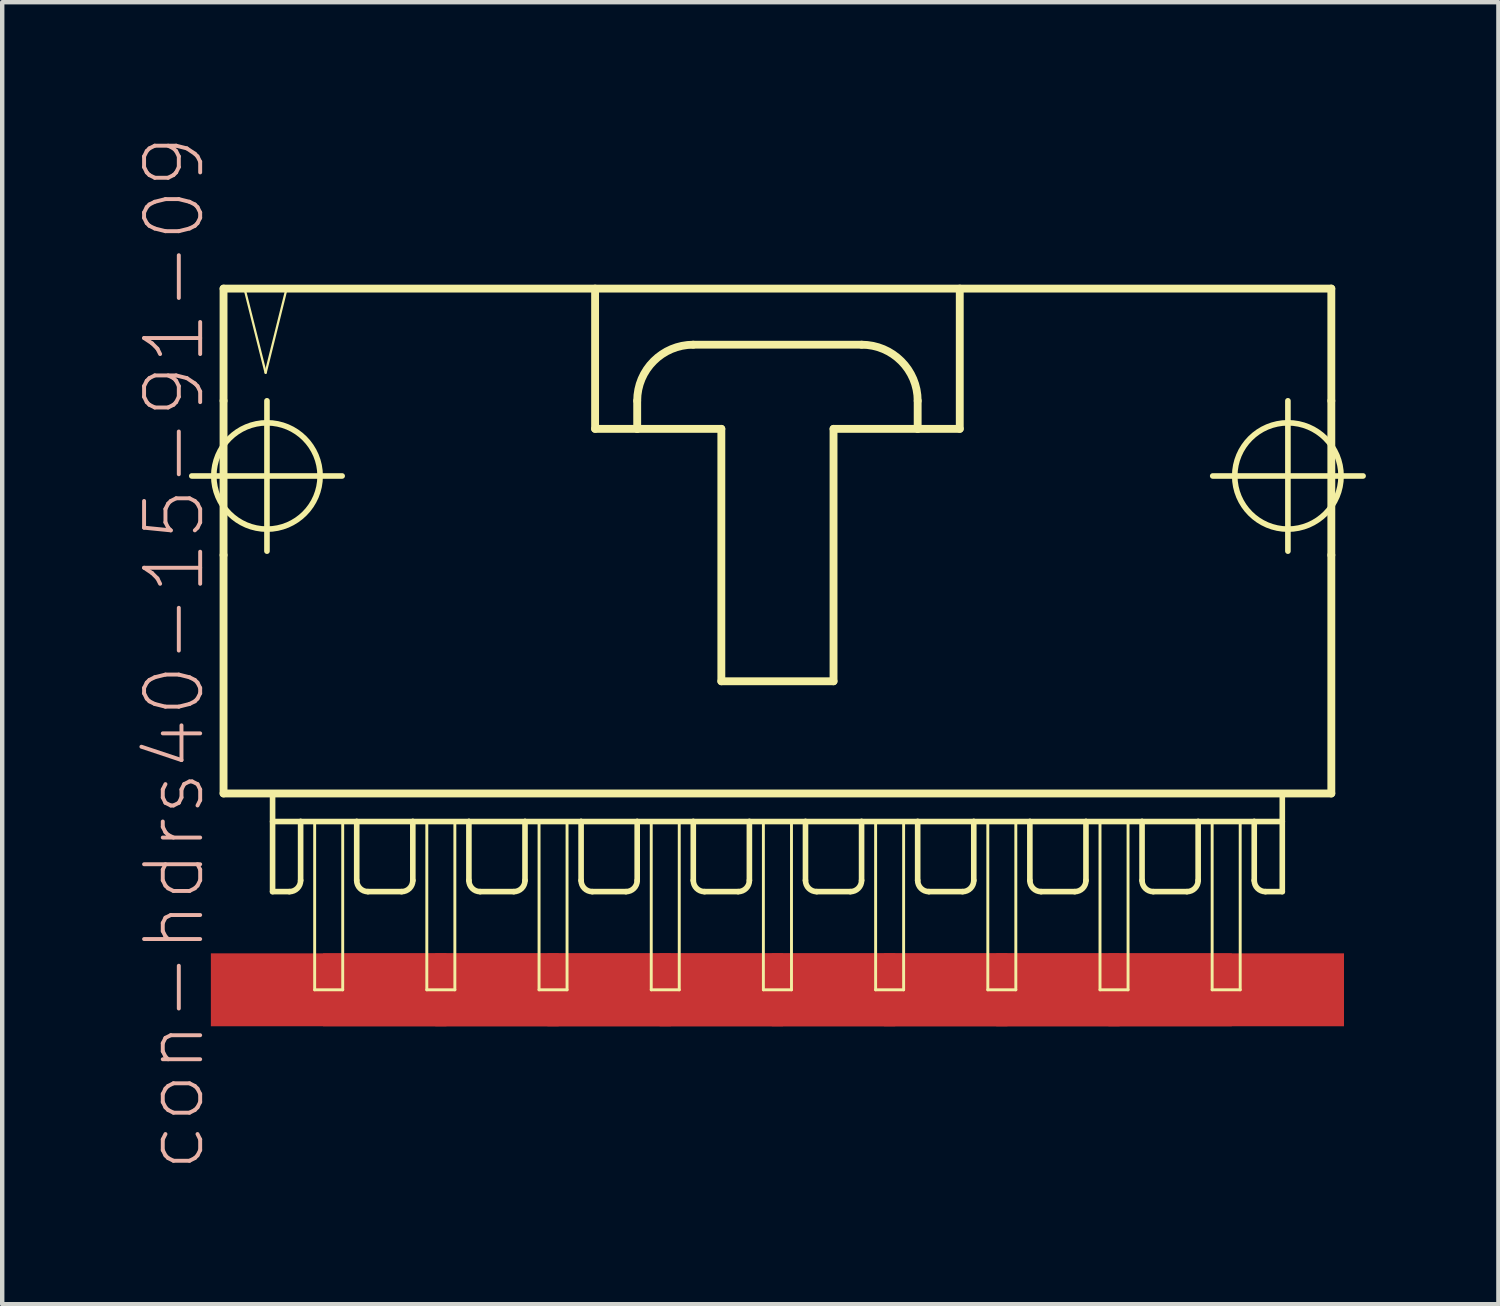
<source format=kicad_pcb>
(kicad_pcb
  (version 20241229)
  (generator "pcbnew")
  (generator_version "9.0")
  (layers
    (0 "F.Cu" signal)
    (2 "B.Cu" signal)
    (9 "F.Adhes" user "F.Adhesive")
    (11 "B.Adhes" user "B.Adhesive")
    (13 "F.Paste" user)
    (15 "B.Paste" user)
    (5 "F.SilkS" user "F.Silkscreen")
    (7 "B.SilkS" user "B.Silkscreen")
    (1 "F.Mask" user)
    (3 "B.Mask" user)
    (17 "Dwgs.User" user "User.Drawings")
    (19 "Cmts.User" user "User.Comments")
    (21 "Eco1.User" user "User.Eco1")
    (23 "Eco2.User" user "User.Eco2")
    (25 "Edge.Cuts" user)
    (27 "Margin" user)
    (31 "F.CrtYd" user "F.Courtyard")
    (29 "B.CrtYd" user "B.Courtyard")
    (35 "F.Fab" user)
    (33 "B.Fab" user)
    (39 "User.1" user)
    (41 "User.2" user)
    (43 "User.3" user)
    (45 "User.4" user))
  (footprint "con-hdrs40-15-91-09"
    (layer "F.Cu")
    (at 14.551 8.564)
    (property "Reference" "con-hdrs40-15-91-09" (at -13.652 3.175 90) (layer "B.SilkS") (effects (font (size 1.27 1.27) (thickness 0.089))))
    (attr smd)
    (fp_line (start -13.259 -0.838) (end -9.855 -0.838) (stroke (width 0.127) (type solid)) (layer "F.SilkS"))
    (fp_line (start -12.54 -5.08) (end -12.54 -2.54) (stroke (width 0.178) (type solid)) (layer "F.SilkS"))
    (fp_line (start -12.54 -2.54) (end -12.54 0.953) (stroke (width 0.178) (type solid)) (layer "F.SilkS"))
    (fp_line (start -12.54 0.953) (end -12.54 6.35) (stroke (width 0.178) (type solid)) (layer "F.SilkS"))
    (fp_line (start -12.54 6.35) (end 12.54 6.35) (stroke (width 0.178) (type solid)) (layer "F.SilkS"))
    (fp_line (start -12.065 -5.08) (end -11.587 -3.175) (stroke (width 0.051) (type solid)) (layer "F.SilkS"))
    (fp_line (start -11.587 -3.175) (end -11.113 -5.08) (stroke (width 0.051) (type solid)) (layer "F.SilkS"))
    (fp_line (start -11.557 0.864) (end -11.557 -2.54) (stroke (width 0.127) (type solid)) (layer "F.SilkS"))
    (fp_line (start -11.43 6.35) (end -11.43 8.572) (stroke (width 0.127) (type solid)) (layer "F.SilkS"))
    (fp_line (start -11.43 6.985) (end -10.795 6.985) (stroke (width 0.127) (type solid)) (layer "F.SilkS"))
    (fp_line (start -11.113 -5.08) (end -12.065 -5.08) (stroke (width 0.051) (type solid)) (layer "F.SilkS"))
    (fp_line (start -11.049 8.572) (end -11.43 8.572) (stroke (width 0.127) (type solid)) (layer "F.SilkS"))
    (fp_line (start -10.795 6.985) (end -10.795 8.319) (stroke (width 0.127) (type solid)) (layer "F.SilkS"))
    (fp_line (start -10.795 6.985) (end -9.525 6.985) (stroke (width 0.127) (type solid)) (layer "F.SilkS"))
    (fp_line (start -10.477 6.985) (end -9.842 6.985) (stroke (width 0.066) (type solid)) (layer "F.SilkS"))
    (fp_line (start -10.477 10.795) (end -10.477 6.985) (stroke (width 0.066) (type solid)) (layer "F.SilkS"))
    (fp_line (start -10.477 10.795) (end -9.842 10.795) (stroke (width 0.066) (type solid)) (layer "F.SilkS"))
    (fp_line (start -9.842 10.795) (end -9.842 6.985) (stroke (width 0.066) (type solid)) (layer "F.SilkS"))
    (fp_line (start -9.525 6.985) (end -9.525 8.319) (stroke (width 0.127) (type solid)) (layer "F.SilkS"))
    (fp_line (start -9.525 6.985) (end -8.255 6.985) (stroke (width 0.127) (type solid)) (layer "F.SilkS"))
    (fp_line (start -8.509 8.572) (end -9.271 8.572) (stroke (width 0.127) (type solid)) (layer "F.SilkS"))
    (fp_line (start -8.255 6.985) (end -8.255 8.319) (stroke (width 0.127) (type solid)) (layer "F.SilkS"))
    (fp_line (start -8.255 6.985) (end -6.985 6.985) (stroke (width 0.127) (type solid)) (layer "F.SilkS"))
    (fp_line (start -7.938 6.985) (end -7.303 6.985) (stroke (width 0.066) (type solid)) (layer "F.SilkS"))
    (fp_line (start -7.938 10.795) (end -7.938 6.985) (stroke (width 0.066) (type solid)) (layer "F.SilkS"))
    (fp_line (start -7.938 10.795) (end -7.303 10.795) (stroke (width 0.066) (type solid)) (layer "F.SilkS"))
    (fp_line (start -7.303 10.795) (end -7.303 6.985) (stroke (width 0.066) (type solid)) (layer "F.SilkS"))
    (fp_line (start -6.985 6.985) (end -6.985 8.319) (stroke (width 0.127) (type solid)) (layer "F.SilkS"))
    (fp_line (start -6.985 6.985) (end -5.715 6.985) (stroke (width 0.127) (type solid)) (layer "F.SilkS"))
    (fp_line (start -5.969 8.572) (end -6.731 8.572) (stroke (width 0.127) (type solid)) (layer "F.SilkS"))
    (fp_line (start -5.715 6.985) (end -5.715 8.319) (stroke (width 0.127) (type solid)) (layer "F.SilkS"))
    (fp_line (start -5.715 6.985) (end -4.445 6.985) (stroke (width 0.127) (type solid)) (layer "F.SilkS"))
    (fp_line (start -5.397 6.985) (end -4.763 6.985) (stroke (width 0.066) (type solid)) (layer "F.SilkS"))
    (fp_line (start -5.397 10.795) (end -5.397 6.985) (stroke (width 0.066) (type solid)) (layer "F.SilkS"))
    (fp_line (start -5.397 10.795) (end -4.763 10.795) (stroke (width 0.066) (type solid)) (layer "F.SilkS"))
    (fp_line (start -4.763 10.795) (end -4.763 6.985) (stroke (width 0.066) (type solid)) (layer "F.SilkS"))
    (fp_line (start -4.445 6.985) (end -4.445 8.319) (stroke (width 0.127) (type solid)) (layer "F.SilkS"))
    (fp_line (start -4.445 6.985) (end -3.175 6.985) (stroke (width 0.127) (type solid)) (layer "F.SilkS"))
    (fp_line (start -4.128 -5.08) (end -4.128 -1.905) (stroke (width 0.178) (type solid)) (layer "F.SilkS"))
    (fp_line (start -4.128 -1.905) (end -3.175 -1.905) (stroke (width 0.178) (type solid)) (layer "F.SilkS"))
    (fp_line (start -3.429 8.572) (end -4.191 8.572) (stroke (width 0.127) (type solid)) (layer "F.SilkS"))
    (fp_line (start -3.175 -1.905) (end -3.175 -2.54) (stroke (width 0.178) (type solid)) (layer "F.SilkS"))
    (fp_line (start -3.175 -1.905) (end -1.27 -1.905) (stroke (width 0.178) (type solid)) (layer "F.SilkS"))
    (fp_line (start -3.175 6.985) (end -3.175 8.319) (stroke (width 0.127) (type solid)) (layer "F.SilkS"))
    (fp_line (start -3.175 6.985) (end -1.905 6.985) (stroke (width 0.127) (type solid)) (layer "F.SilkS"))
    (fp_line (start -2.857 6.985) (end -2.223 6.985) (stroke (width 0.066) (type solid)) (layer "F.SilkS"))
    (fp_line (start -2.857 10.795) (end -2.857 6.985) (stroke (width 0.066) (type solid)) (layer "F.SilkS"))
    (fp_line (start -2.857 10.795) (end -2.223 10.795) (stroke (width 0.066) (type solid)) (layer "F.SilkS"))
    (fp_line (start -2.223 10.795) (end -2.223 6.985) (stroke (width 0.066) (type solid)) (layer "F.SilkS"))
    (fp_line (start -1.905 -3.81) (end 1.905 -3.81) (stroke (width 0.178) (type solid)) (layer "F.SilkS"))
    (fp_line (start -1.905 6.985) (end -1.905 8.319) (stroke (width 0.127) (type solid)) (layer "F.SilkS"))
    (fp_line (start -1.905 6.985) (end -0.635 6.985) (stroke (width 0.127) (type solid)) (layer "F.SilkS"))
    (fp_line (start -1.27 -1.905) (end -1.27 3.81) (stroke (width 0.178) (type solid)) (layer "F.SilkS"))
    (fp_line (start -1.27 3.81) (end 1.27 3.81) (stroke (width 0.178) (type solid)) (layer "F.SilkS"))
    (fp_line (start -0.889 8.572) (end -1.651 8.572) (stroke (width 0.127) (type solid)) (layer "F.SilkS"))
    (fp_line (start -0.635 6.985) (end -0.635 8.319) (stroke (width 0.127) (type solid)) (layer "F.SilkS"))
    (fp_line (start -0.635 6.985) (end 0.635 6.985) (stroke (width 0.127) (type solid)) (layer "F.SilkS"))
    (fp_line (start -0.318 6.985) (end 0.318 6.985) (stroke (width 0.066) (type solid)) (layer "F.SilkS"))
    (fp_line (start -0.318 10.795) (end -0.318 6.985) (stroke (width 0.066) (type solid)) (layer "F.SilkS"))
    (fp_line (start -0.318 10.795) (end 0.318 10.795) (stroke (width 0.066) (type solid)) (layer "F.SilkS"))
    (fp_line (start 0.318 10.795) (end 0.318 6.985) (stroke (width 0.066) (type solid)) (layer "F.SilkS"))
    (fp_line (start 0.635 6.985) (end 0.635 8.319) (stroke (width 0.127) (type solid)) (layer "F.SilkS"))
    (fp_line (start 0.635 6.985) (end 1.905 6.985) (stroke (width 0.127) (type solid)) (layer "F.SilkS"))
    (fp_line (start 1.27 -1.905) (end 3.175 -1.905) (stroke (width 0.178) (type solid)) (layer "F.SilkS"))
    (fp_line (start 1.27 3.81) (end 1.27 -1.905) (stroke (width 0.178) (type solid)) (layer "F.SilkS"))
    (fp_line (start 1.651 8.572) (end 0.889 8.572) (stroke (width 0.127) (type solid)) (layer "F.SilkS"))
    (fp_line (start 1.905 6.985) (end 1.905 8.319) (stroke (width 0.127) (type solid)) (layer "F.SilkS"))
    (fp_line (start 1.905 6.985) (end 3.175 6.985) (stroke (width 0.127) (type solid)) (layer "F.SilkS"))
    (fp_line (start 2.223 6.985) (end 2.857 6.985) (stroke (width 0.066) (type solid)) (layer "F.SilkS"))
    (fp_line (start 2.223 10.795) (end 2.223 6.985) (stroke (width 0.066) (type solid)) (layer "F.SilkS"))
    (fp_line (start 2.223 10.795) (end 2.857 10.795) (stroke (width 0.066) (type solid)) (layer "F.SilkS"))
    (fp_line (start 2.857 10.795) (end 2.857 6.985) (stroke (width 0.066) (type solid)) (layer "F.SilkS"))
    (fp_line (start 3.175 -2.54) (end 3.175 -1.905) (stroke (width 0.178) (type solid)) (layer "F.SilkS"))
    (fp_line (start 3.175 -1.905) (end 4.128 -1.905) (stroke (width 0.178) (type solid)) (layer "F.SilkS"))
    (fp_line (start 3.175 6.985) (end 3.175 8.319) (stroke (width 0.127) (type solid)) (layer "F.SilkS"))
    (fp_line (start 3.175 6.985) (end 4.445 6.985) (stroke (width 0.127) (type solid)) (layer "F.SilkS"))
    (fp_line (start 4.128 -1.905) (end 4.128 -5.08) (stroke (width 0.178) (type solid)) (layer "F.SilkS"))
    (fp_line (start 4.191 8.572) (end 3.429 8.572) (stroke (width 0.127) (type solid)) (layer "F.SilkS"))
    (fp_line (start 4.445 6.985) (end 4.445 8.319) (stroke (width 0.127) (type solid)) (layer "F.SilkS"))
    (fp_line (start 4.445 6.985) (end 5.715 6.985) (stroke (width 0.127) (type solid)) (layer "F.SilkS"))
    (fp_line (start 4.763 6.985) (end 5.397 6.985) (stroke (width 0.066) (type solid)) (layer "F.SilkS"))
    (fp_line (start 4.763 10.795) (end 4.763 6.985) (stroke (width 0.066) (type solid)) (layer "F.SilkS"))
    (fp_line (start 4.763 10.795) (end 5.397 10.795) (stroke (width 0.066) (type solid)) (layer "F.SilkS"))
    (fp_line (start 5.397 10.795) (end 5.397 6.985) (stroke (width 0.066) (type solid)) (layer "F.SilkS"))
    (fp_line (start 5.715 6.985) (end 5.715 8.319) (stroke (width 0.127) (type solid)) (layer "F.SilkS"))
    (fp_line (start 5.715 6.985) (end 6.985 6.985) (stroke (width 0.127) (type solid)) (layer "F.SilkS"))
    (fp_line (start 6.731 8.572) (end 5.969 8.572) (stroke (width 0.127) (type solid)) (layer "F.SilkS"))
    (fp_line (start 6.985 6.985) (end 6.985 8.319) (stroke (width 0.127) (type solid)) (layer "F.SilkS"))
    (fp_line (start 6.985 6.985) (end 8.255 6.985) (stroke (width 0.127) (type solid)) (layer "F.SilkS"))
    (fp_line (start 7.303 6.985) (end 7.938 6.985) (stroke (width 0.066) (type solid)) (layer "F.SilkS"))
    (fp_line (start 7.303 10.795) (end 7.303 6.985) (stroke (width 0.066) (type solid)) (layer "F.SilkS"))
    (fp_line (start 7.303 10.795) (end 7.938 10.795) (stroke (width 0.066) (type solid)) (layer "F.SilkS"))
    (fp_line (start 7.938 10.795) (end 7.938 6.985) (stroke (width 0.066) (type solid)) (layer "F.SilkS"))
    (fp_line (start 8.255 6.985) (end 8.255 8.319) (stroke (width 0.127) (type solid)) (layer "F.SilkS"))
    (fp_line (start 8.255 6.985) (end 9.525 6.985) (stroke (width 0.127) (type solid)) (layer "F.SilkS"))
    (fp_line (start 9.271 8.572) (end 8.509 8.572) (stroke (width 0.127) (type solid)) (layer "F.SilkS"))
    (fp_line (start 9.525 6.985) (end 9.525 8.319) (stroke (width 0.127) (type solid)) (layer "F.SilkS"))
    (fp_line (start 9.525 6.985) (end 10.795 6.985) (stroke (width 0.127) (type solid)) (layer "F.SilkS"))
    (fp_line (start 9.842 6.985) (end 10.477 6.985) (stroke (width 0.066) (type solid)) (layer "F.SilkS"))
    (fp_line (start 9.842 10.795) (end 9.842 6.985) (stroke (width 0.066) (type solid)) (layer "F.SilkS"))
    (fp_line (start 9.842 10.795) (end 10.477 10.795) (stroke (width 0.066) (type solid)) (layer "F.SilkS"))
    (fp_line (start 9.855 -0.838) (end 13.259 -0.838) (stroke (width 0.127) (type solid)) (layer "F.SilkS"))
    (fp_line (start 10.477 10.795) (end 10.477 6.985) (stroke (width 0.066) (type solid)) (layer "F.SilkS"))
    (fp_line (start 10.795 6.985) (end 10.795 8.319) (stroke (width 0.127) (type solid)) (layer "F.SilkS"))
    (fp_line (start 10.795 6.985) (end 11.43 6.985) (stroke (width 0.127) (type solid)) (layer "F.SilkS"))
    (fp_line (start 11.049 8.572) (end 11.43 8.572) (stroke (width 0.127) (type solid)) (layer "F.SilkS"))
    (fp_line (start 11.43 8.572) (end 11.43 6.35) (stroke (width 0.127) (type solid)) (layer "F.SilkS"))
    (fp_line (start 11.557 0.864) (end 11.557 -2.54) (stroke (width 0.127) (type solid)) (layer "F.SilkS"))
    (fp_line (start 12.54 -5.08) (end -12.54 -5.08) (stroke (width 0.178) (type solid)) (layer "F.SilkS"))
    (fp_line (start 12.54 -2.54) (end 12.54 -5.08) (stroke (width 0.178) (type solid)) (layer "F.SilkS"))
    (fp_line (start 12.54 -2.54) (end 12.54 0.953) (stroke (width 0.178) (type solid)) (layer "F.SilkS"))
    (fp_line (start 12.54 6.35) (end 12.54 0.953) (stroke (width 0.178) (type solid)) (layer "F.SilkS"))
    (fp_arc (start -10.795 8.3185) (mid -10.869395 8.498105) (end -11.049 8.5725) (stroke (width 0.127) (type solid)) (layer "F.SilkS"))
    (fp_arc (start -9.271 8.5725) (mid -9.450605 8.498105) (end -9.525 8.3185) (stroke (width 0.127) (type solid)) (layer "F.SilkS"))
    (fp_arc (start -8.255 8.3185) (mid -8.329395 8.498105) (end -8.509 8.5725) (stroke (width 0.127) (type solid)) (layer "F.SilkS"))
    (fp_arc (start -6.731 8.5725) (mid -6.910605 8.498105) (end -6.985 8.3185) (stroke (width 0.127) (type solid)) (layer "F.SilkS"))
    (fp_arc (start -5.715 8.3185) (mid -5.789395 8.498105) (end -5.969 8.5725) (stroke (width 0.127) (type solid)) (layer "F.SilkS"))
    (fp_arc (start -4.191 8.5725) (mid -4.370605 8.498105) (end -4.445 8.3185) (stroke (width 0.127) (type solid)) (layer "F.SilkS"))
    (fp_arc (start -3.175 -2.54) (mid -2.803026 -3.438026) (end -1.905 -3.81) (stroke (width 0.1778) (type solid)) (layer "F.SilkS"))
    (fp_arc (start -3.175 8.3185) (mid -3.249395 8.498105) (end -3.429 8.5725) (stroke (width 0.127) (type solid)) (layer "F.SilkS"))
    (fp_arc (start -1.651 8.5725) (mid -1.830605 8.498105) (end -1.905 8.3185) (stroke (width 0.127) (type solid)) (layer "F.SilkS"))
    (fp_arc (start -0.635 8.3185) (mid -0.709395 8.498105) (end -0.889 8.5725) (stroke (width 0.127) (type solid)) (layer "F.SilkS"))
    (fp_arc (start 0.889 8.5725) (mid 0.709395 8.498105) (end 0.635 8.3185) (stroke (width 0.127) (type solid)) (layer "F.SilkS"))
    (fp_arc (start 1.905 -3.81) (mid 2.803026 -3.438026) (end 3.175 -2.54) (stroke (width 0.1778) (type solid)) (layer "F.SilkS"))
    (fp_arc (start 1.905 8.3185) (mid 1.830605 8.498105) (end 1.651 8.5725) (stroke (width 0.127) (type solid)) (layer "F.SilkS"))
    (fp_arc (start 3.429 8.5725) (mid 3.249395 8.498105) (end 3.175 8.3185) (stroke (width 0.127) (type solid)) (layer "F.SilkS"))
    (fp_arc (start 4.445 8.3185) (mid 4.370605 8.498105) (end 4.191 8.5725) (stroke (width 0.127) (type solid)) (layer "F.SilkS"))
    (fp_arc (start 5.969 8.5725) (mid 5.789395 8.498105) (end 5.715 8.3185) (stroke (width 0.127) (type solid)) (layer "F.SilkS"))
    (fp_arc (start 6.985 8.3185) (mid 6.910605 8.498105) (end 6.731 8.5725) (stroke (width 0.127) (type solid)) (layer "F.SilkS"))
    (fp_arc (start 8.509 8.5725) (mid 8.329395 8.498105) (end 8.255 8.3185) (stroke (width 0.127) (type solid)) (layer "F.SilkS"))
    (fp_arc (start 9.525 8.3185) (mid 9.450605 8.498105) (end 9.271 8.5725) (stroke (width 0.127) (type solid)) (layer "F.SilkS"))
    (fp_arc (start 11.049 8.5725) (mid 10.869395 8.498105) (end 10.795 8.3185) (stroke (width 0.127) (type solid)) (layer "F.SilkS"))
    (fp_circle (center -11.557 -0.838) (end -12.408 -1.689) (stroke (width 0.127) (type solid)) (fill no) (layer "F.SilkS"))
    (fp_circle (center 11.557 -0.838) (end 12.408 -1.689) (stroke (width 0.127) (type solid)) (fill no) (layer "F.SilkS"))
    (pad "1" smd rect (at -10.16 10.795) (size 5.334 1.651) (layers "F.Cu" "F.Mask" "F.Paste"))
    (pad "2" smd rect (at -7.62 10.795) (size 5.334 1.651) (layers "F.Cu" "F.Mask" "F.Paste"))
    (pad "3" smd rect (at -5.08 10.795) (size 5.334 1.651) (layers "F.Cu" "F.Mask" "F.Paste"))
    (pad "4" smd rect (at -2.54 10.795) (size 5.334 1.651) (layers "F.Cu" "F.Mask" "F.Paste"))
    (pad "5" smd rect (at 0 10.795) (size 5.334 1.651) (layers "F.Cu" "F.Mask" "F.Paste"))
    (pad "6" smd rect (at 2.54 10.795) (size 5.334 1.651) (layers "F.Cu" "F.Mask" "F.Paste"))
    (pad "7" smd rect (at 5.08 10.795) (size 5.334 1.651) (layers "F.Cu" "F.Mask" "F.Paste"))
    (pad "8" smd rect (at 7.62 10.795) (size 5.334 1.651) (layers "F.Cu" "F.Mask" "F.Paste"))
    (pad "9" smd rect (at 10.16 10.795) (size 5.334 1.651) (layers "F.Cu" "F.Mask" "F.Paste")))
  (gr_rect
    (start -3 -3)
    (end 30.874 26.477)
    (stroke (width 0.1) (type default))
    (fill no)
    (layer "Edge.Cuts")))
</source>
